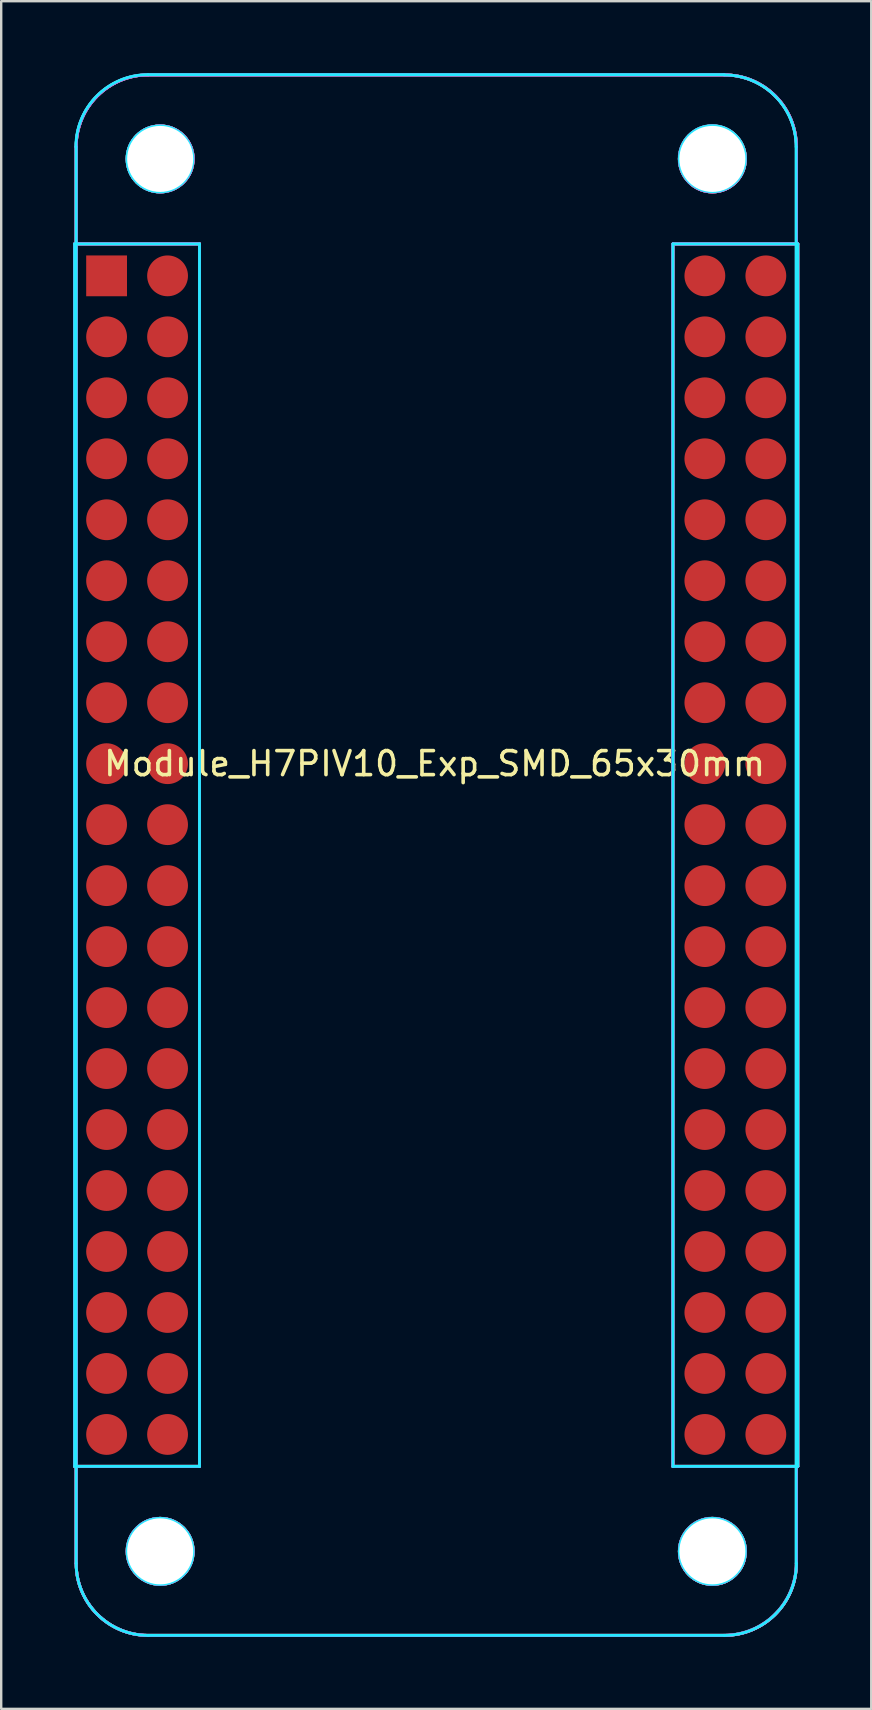
<source format=kicad_pcb>
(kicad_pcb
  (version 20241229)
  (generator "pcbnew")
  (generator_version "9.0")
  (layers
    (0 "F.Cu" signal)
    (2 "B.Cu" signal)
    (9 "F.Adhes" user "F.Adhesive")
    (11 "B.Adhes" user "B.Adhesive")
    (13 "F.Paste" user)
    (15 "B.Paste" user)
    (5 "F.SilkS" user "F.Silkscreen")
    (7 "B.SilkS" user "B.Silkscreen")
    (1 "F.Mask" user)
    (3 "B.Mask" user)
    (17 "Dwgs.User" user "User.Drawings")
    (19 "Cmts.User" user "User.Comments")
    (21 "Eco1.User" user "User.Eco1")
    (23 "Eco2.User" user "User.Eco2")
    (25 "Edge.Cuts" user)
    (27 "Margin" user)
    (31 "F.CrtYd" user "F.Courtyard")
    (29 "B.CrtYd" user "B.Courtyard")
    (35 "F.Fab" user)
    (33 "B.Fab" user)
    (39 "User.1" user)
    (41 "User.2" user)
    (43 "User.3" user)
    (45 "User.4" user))
  (footprint "Module_H7PIV10_Exp_SMD_65x30mm"
    (layer "F.Cu")
    (at 1.39 8.44)
    (property "Reference" "Module_H7PIV10_Exp_SMD_65x30mm" (at 13.662 20.32 0) (layer "F.SilkS") (effects (font (size 1 1) (thickness 0.15))))
    (attr exclude_from_pos_files exclude_from_bom)
    (fp_line (start -1.33 -1.33) (end -1.33 49.59) (stroke (width 0.12) (type solid)) (layer "F.SilkS"))
    (fp_line (start -1.33 -1.33) (end 3.87 -1.33) (stroke (width 0.12) (type solid)) (layer "F.SilkS"))
    (fp_line (start -1.33 49.59) (end 3.87 49.59) (stroke (width 0.12) (type solid)) (layer "F.SilkS"))
    (fp_line (start -1.268 -5.37) (end -1.268 53.63) (stroke (width 0.12) (type solid)) (layer "F.SilkS"))
    (fp_line (start 1.732 56.63) (end 25.733 56.63) (stroke (width 0.12) (type solid)) (layer "F.SilkS"))
    (fp_line (start 3.87 -1.33) (end 3.87 49.59) (stroke (width 0.12) (type solid)) (layer "F.SilkS"))
    (fp_line (start 23.59 -1.33) (end 23.59 49.59) (stroke (width 0.12) (type solid)) (layer "F.SilkS"))
    (fp_line (start 23.59 -1.33) (end 28.79 -1.33) (stroke (width 0.12) (type solid)) (layer "F.SilkS"))
    (fp_line (start 23.59 49.59) (end 28.79 49.59) (stroke (width 0.12) (type solid)) (layer "F.SilkS"))
    (fp_line (start 25.733 -8.37) (end 1.732 -8.37) (stroke (width 0.12) (type solid)) (layer "F.SilkS"))
    (fp_line (start 28.733 -5.37) (end 28.733 53.63) (stroke (width 0.12) (type solid)) (layer "F.SilkS"))
    (fp_line (start 28.79 -1.33) (end 28.79 49.59) (stroke (width 0.12) (type solid)) (layer "F.SilkS"))
    (fp_arc (start -1.2675 -5.37) (mid -0.38882 -7.49132) (end 1.7325 -8.37) (stroke (width 0.12) (type solid)) (layer "F.SilkS"))
    (fp_arc (start 1.7325 56.63) (mid -0.38882 55.75132) (end -1.2675 53.63) (stroke (width 0.12) (type solid)) (layer "F.SilkS"))
    (fp_arc (start 25.7325 -8.37) (mid 27.85382 -7.49132) (end 28.7325 -5.37) (stroke (width 0.12) (type solid)) (layer "F.SilkS"))
    (fp_arc (start 28.7325 53.63) (mid 27.85382 55.75132) (end 25.7325 56.63) (stroke (width 0.12) (type solid)) (layer "F.SilkS"))
    (fp_circle (center 2.232 -4.87) (end 3.607 -4.87) (stroke (width 0.12) (type solid)) (fill no) (layer "F.SilkS"))
    (fp_circle (center 2.232 53.13) (end 3.607 53.13) (stroke (width 0.12) (type solid)) (fill no) (layer "F.SilkS"))
    (fp_circle (center 25.233 -4.87) (end 26.608 -4.87) (stroke (width 0.12) (type solid)) (fill no) (layer "F.SilkS"))
    (fp_circle (center 25.233 53.13) (end 26.608 53.13) (stroke (width 0.12) (type solid)) (fill no) (layer "F.SilkS"))
    (fp_line (start -1.33 -1.33) (end -1.33 49.59) (stroke (width 0.12) (type solid)) (layer "B.SilkS"))
    (fp_line (start -1.33 -1.33) (end 3.87 -1.33) (stroke (width 0.12) (type solid)) (layer "B.SilkS"))
    (fp_line (start -1.268 -5.37) (end -1.268 53.63) (stroke (width 0.12) (type solid)) (layer "B.SilkS"))
    (fp_line (start 1.732 56.63) (end 25.733 56.63) (stroke (width 0.12) (type solid)) (layer "B.SilkS"))
    (fp_line (start 3.87 -1.33) (end 3.87 49.59) (stroke (width 0.12) (type solid)) (layer "B.SilkS"))
    (fp_line (start 3.87 49.59) (end -1.33 49.59) (stroke (width 0.12) (type solid)) (layer "B.SilkS"))
    (fp_line (start 23.59 -1.33) (end 23.59 49.59) (stroke (width 0.12) (type solid)) (layer "B.SilkS"))
    (fp_line (start 23.59 49.59) (end 28.79 49.59) (stroke (width 0.12) (type solid)) (layer "B.SilkS"))
    (fp_line (start 25.733 -8.37) (end 1.732 -8.37) (stroke (width 0.12) (type solid)) (layer "B.SilkS"))
    (fp_line (start 28.733 -5.37) (end 28.733 53.63) (stroke (width 0.12) (type solid)) (layer "B.SilkS"))
    (fp_line (start 28.79 -1.33) (end 23.59 -1.33) (stroke (width 0.12) (type solid)) (layer "B.SilkS"))
    (fp_line (start 28.79 49.59) (end 28.79 -1.33) (stroke (width 0.12) (type solid)) (layer "B.SilkS"))
    (fp_arc (start -1.2675 -5.37) (mid -0.38882 -7.49132) (end 1.7325 -8.37) (stroke (width 0.12) (type solid)) (layer "B.SilkS"))
    (fp_arc (start 1.7325 56.63) (mid -0.38882 55.75132) (end -1.2675 53.63) (stroke (width 0.12) (type solid)) (layer "B.SilkS"))
    (fp_arc (start 25.7325 -8.37) (mid 27.85382 -7.49132) (end 28.7325 -5.37) (stroke (width 0.12) (type solid)) (layer "B.SilkS"))
    (fp_arc (start 28.7325 53.63) (mid 27.85382 55.75132) (end 25.7325 56.63) (stroke (width 0.12) (type solid)) (layer "B.SilkS"))
    (fp_circle (center 2.232 -4.87) (end 3.607 -4.87) (stroke (width 0.12) (type solid)) (fill no) (layer "B.SilkS"))
    (fp_circle (center 2.232 53.13) (end 3.607 53.13) (stroke (width 0.12) (type solid)) (fill no) (layer "B.SilkS"))
    (fp_circle (center 25.233 -4.87) (end 26.608 -4.87) (stroke (width 0.12) (type solid)) (fill no) (layer "B.SilkS"))
    (fp_circle (center 25.233 53.13) (end 26.608 53.13) (stroke (width 0.12) (type solid)) (fill no) (layer "B.SilkS"))
    (fp_line (start -1.33 49.59) (end -1.33 -1.33) (stroke (width 0.12) (type solid)) (layer "B.CrtYd"))
    (fp_line (start -1.33 49.59) (end 3.87 49.59) (stroke (width 0.12) (type solid)) (layer "B.CrtYd"))
    (fp_line (start -1.268 -5.37) (end -1.268 53.63) (stroke (width 0.12) (type solid)) (layer "B.CrtYd"))
    (fp_line (start 1.732 56.63) (end 25.733 56.63) (stroke (width 0.12) (type solid)) (layer "B.CrtYd"))
    (fp_line (start 3.87 -1.33) (end -1.33 -1.33) (stroke (width 0.12) (type solid)) (layer "B.CrtYd"))
    (fp_line (start 3.87 49.59) (end 3.87 -1.33) (stroke (width 0.12) (type solid)) (layer "B.CrtYd"))
    (fp_line (start 23.59 -1.33) (end 23.59 49.59) (stroke (width 0.12) (type solid)) (layer "B.CrtYd"))
    (fp_line (start 23.59 49.59) (end 28.79 49.59) (stroke (width 0.12) (type solid)) (layer "B.CrtYd"))
    (fp_line (start 25.723 -8.38) (end 1.722 -8.38) (stroke (width 0.12) (type solid)) (layer "B.CrtYd"))
    (fp_line (start 28.723 -5.37) (end 28.723 53.63) (stroke (width 0.12) (type solid)) (layer "B.CrtYd"))
    (fp_line (start 28.79 -1.33) (end 23.59 -1.33) (stroke (width 0.12) (type solid)) (layer "B.CrtYd"))
    (fp_line (start 28.79 49.59) (end 28.79 -1.33) (stroke (width 0.12) (type solid)) (layer "B.CrtYd"))
    (fp_arc (start -1.2775 -5.38) (mid -0.39882 -7.50132) (end 1.7225 -8.38) (stroke (width 0.12) (type solid)) (layer "B.CrtYd"))
    (fp_arc (start 1.7325 56.63) (mid -0.38882 55.75132) (end -1.2675 53.63) (stroke (width 0.12) (type solid)) (layer "B.CrtYd"))
    (fp_arc (start 25.7225 -8.37) (mid 27.84382 -7.49132) (end 28.7225 -5.37) (stroke (width 0.12) (type solid)) (layer "B.CrtYd"))
    (fp_arc (start 28.7325 53.63) (mid 27.85382 55.75132) (end 25.7325 56.63) (stroke (width 0.12) (type solid)) (layer "B.CrtYd"))
    (fp_circle (center 2.223 -4.87) (end 3.598 -4.87) (stroke (width 0.12) (type solid)) (fill no) (layer "B.CrtYd"))
    (fp_circle (center 2.232 53.13) (end 3.607 53.13) (stroke (width 0.12) (type solid)) (fill no) (layer "B.CrtYd"))
    (fp_circle (center 25.233 -4.88) (end 26.608 -4.88) (stroke (width 0.12) (type solid)) (fill no) (layer "B.CrtYd"))
    (fp_circle (center 25.233 53.13) (end 26.608 53.13) (stroke (width 0.12) (type solid)) (fill no) (layer "B.CrtYd"))
    (fp_line (start -1.33 -1.33) (end -1.33 49.59) (stroke (width 0.12) (type solid)) (layer "F.CrtYd"))
    (fp_line (start -1.33 -1.33) (end 3.87 -1.33) (stroke (width 0.12) (type solid)) (layer "F.CrtYd"))
    (fp_line (start -1.33 49.59) (end 3.87 49.59) (stroke (width 0.12) (type solid)) (layer "F.CrtYd"))
    (fp_line (start -1.268 -5.37) (end -1.268 53.63) (stroke (width 0.12) (type solid)) (layer "F.CrtYd"))
    (fp_line (start 1.732 56.63) (end 25.733 56.63) (stroke (width 0.12) (type solid)) (layer "F.CrtYd"))
    (fp_line (start 3.87 -1.33) (end 3.87 49.59) (stroke (width 0.12) (type solid)) (layer "F.CrtYd"))
    (fp_line (start 23.59 -1.33) (end 28.79 -1.33) (stroke (width 0.12) (type solid)) (layer "F.CrtYd"))
    (fp_line (start 23.59 49.59) (end 23.59 -1.33) (stroke (width 0.12) (type solid)) (layer "F.CrtYd"))
    (fp_line (start 25.733 -8.37) (end 1.732 -8.37) (stroke (width 0.12) (type solid)) (layer "F.CrtYd"))
    (fp_line (start 28.733 -5.37) (end 28.733 53.63) (stroke (width 0.12) (type solid)) (layer "F.CrtYd"))
    (fp_line (start 28.79 -1.33) (end 28.79 49.59) (stroke (width 0.12) (type solid)) (layer "F.CrtYd"))
    (fp_line (start 28.79 49.59) (end 23.59 49.59) (stroke (width 0.12) (type solid)) (layer "F.CrtYd"))
    (fp_arc (start -1.2675 -5.37) (mid -0.38882 -7.49132) (end 1.7325 -8.37) (stroke (width 0.12) (type solid)) (layer "F.CrtYd"))
    (fp_arc (start 1.7325 56.63) (mid -0.38882 55.75132) (end -1.2675 53.63) (stroke (width 0.12) (type solid)) (layer "F.CrtYd"))
    (fp_arc (start 25.7325 -8.37) (mid 27.85382 -7.49132) (end 28.7325 -5.37) (stroke (width 0.12) (type solid)) (layer "F.CrtYd"))
    (fp_arc (start 28.7325 53.63) (mid 27.85382 55.75132) (end 25.7325 56.63) (stroke (width 0.12) (type solid)) (layer "F.CrtYd"))
    (fp_circle (center 2.232 -4.87) (end 3.607 -4.87) (stroke (width 0.12) (type solid)) (fill no) (layer "F.CrtYd"))
    (fp_circle (center 2.232 53.13) (end 3.607 53.13) (stroke (width 0.12) (type solid)) (fill no) (layer "F.CrtYd"))
    (fp_circle (center 25.233 -4.87) (end 26.608 -4.87) (stroke (width 0.12) (type solid)) (fill no) (layer "F.CrtYd"))
    (fp_circle (center 25.233 53.13) (end 26.608 53.13) (stroke (width 0.12) (type solid)) (fill no) (layer "F.CrtYd"))
    (fp_line (start -1.33 49.59) (end -1.33 -1.33) (stroke (width 0.12) (type solid)) (layer "B.Fab"))
    (fp_line (start -1.33 49.59) (end 3.87 49.59) (stroke (width 0.12) (type solid)) (layer "B.Fab"))
    (fp_line (start -1.268 -5.37) (end -1.268 53.63) (stroke (width 0.12) (type solid)) (layer "B.Fab"))
    (fp_line (start 1.732 56.63) (end 25.733 56.63) (stroke (width 0.12) (type solid)) (layer "B.Fab"))
    (fp_line (start 3.87 -1.33) (end -1.33 -1.33) (stroke (width 0.12) (type solid)) (layer "B.Fab"))
    (fp_line (start 3.87 49.59) (end 3.87 -1.33) (stroke (width 0.12) (type solid)) (layer "B.Fab"))
    (fp_line (start 23.59 -1.33) (end 23.59 49.59) (stroke (width 0.12) (type solid)) (layer "B.Fab"))
    (fp_line (start 23.59 49.59) (end 28.79 49.59) (stroke (width 0.12) (type solid)) (layer "B.Fab"))
    (fp_line (start 25.733 -8.37) (end 1.732 -8.37) (stroke (width 0.12) (type solid)) (layer "B.Fab"))
    (fp_line (start 28.733 -5.37) (end 28.733 53.63) (stroke (width 0.12) (type solid)) (layer "B.Fab"))
    (fp_line (start 28.79 -1.33) (end 23.59 -1.33) (stroke (width 0.12) (type solid)) (layer "B.Fab"))
    (fp_line (start 28.79 49.59) (end 28.79 -1.33) (stroke (width 0.12) (type solid)) (layer "B.Fab"))
    (fp_arc (start -1.2675 -5.38) (mid -0.38882 -7.50132) (end 1.7325 -8.38) (stroke (width 0.12) (type solid)) (layer "B.Fab"))
    (fp_arc (start 1.7325 56.63) (mid -0.38882 55.75132) (end -1.2675 53.63) (stroke (width 0.12) (type solid)) (layer "B.Fab"))
    (fp_arc (start 25.7325 -8.37) (mid 27.85382 -7.49132) (end 28.7325 -5.37) (stroke (width 0.12) (type solid)) (layer "B.Fab"))
    (fp_arc (start 28.7225 53.62) (mid 27.84382 55.74132) (end 25.7225 56.62) (stroke (width 0.12) (type solid)) (layer "B.Fab"))
    (fp_circle (center 2.223 53.125) (end 3.598 53.125) (stroke (width 0.12) (type solid)) (fill no) (layer "B.Fab"))
    (fp_circle (center 2.232 -4.87) (end 3.607 -4.87) (stroke (width 0.12) (type solid)) (fill no) (layer "B.Fab"))
    (fp_circle (center 25.223 -4.88) (end 26.598 -4.88) (stroke (width 0.12) (type solid)) (fill no) (layer "B.Fab"))
    (fp_circle (center 25.227 53.12) (end 26.602 53.12) (stroke (width 0.12) (type solid)) (fill no) (layer "B.Fab"))
    (fp_line (start -1.33 -1.33) (end -1.33 49.59) (stroke (width 0.12) (type solid)) (layer "F.Fab"))
    (fp_line (start -1.33 -1.33) (end 3.87 -1.33) (stroke (width 0.12) (type solid)) (layer "F.Fab"))
    (fp_line (start -1.33 49.59) (end 3.87 49.59) (stroke (width 0.12) (type solid)) (layer "F.Fab"))
    (fp_line (start -1.268 -5.37) (end -1.268 53.63) (stroke (width 0.12) (type solid)) (layer "F.Fab"))
    (fp_line (start 1.732 56.63) (end 25.733 56.63) (stroke (width 0.12) (type solid)) (layer "F.Fab"))
    (fp_line (start 3.87 -1.33) (end 3.87 49.59) (stroke (width 0.12) (type solid)) (layer "F.Fab"))
    (fp_line (start 23.59 -1.33) (end 28.79 -1.33) (stroke (width 0.12) (type solid)) (layer "F.Fab"))
    (fp_line (start 23.59 49.59) (end 23.59 -1.32) (stroke (width 0.12) (type solid)) (layer "F.Fab"))
    (fp_line (start 25.733 -8.37) (end 1.732 -8.37) (stroke (width 0.12) (type solid)) (layer "F.Fab"))
    (fp_line (start 28.733 -5.37) (end 28.733 53.63) (stroke (width 0.12) (type solid)) (layer "F.Fab"))
    (fp_line (start 28.79 -1.33) (end 28.79 49.59) (stroke (width 0.12) (type solid)) (layer "F.Fab"))
    (fp_line (start 28.79 49.59) (end 23.59 49.59) (stroke (width 0.12) (type solid)) (layer "F.Fab"))
    (fp_arc (start -1.2675 -5.37) (mid -0.38882 -7.49132) (end 1.7325 -8.37) (stroke (width 0.12) (type solid)) (layer "F.Fab"))
    (fp_arc (start 1.7325 56.63) (mid -0.38882 55.75132) (end -1.2675 53.63) (stroke (width 0.12) (type solid)) (layer "F.Fab"))
    (fp_arc (start 25.7325 -8.37) (mid 27.85382 -7.49132) (end 28.7325 -5.37) (stroke (width 0.12) (type solid)) (layer "F.Fab"))
    (fp_arc (start 28.7325 53.63) (mid 27.85382 55.75132) (end 25.7325 56.63) (stroke (width 0.12) (type solid)) (layer "F.Fab"))
    (fp_circle (center 2.232 -4.87) (end 3.607 -4.87) (stroke (width 0.12) (type solid)) (fill no) (layer "F.Fab"))
    (fp_circle (center 2.232 53.13) (end 3.607 53.13) (stroke (width 0.12) (type solid)) (fill no) (layer "F.Fab"))
    (fp_circle (center 25.233 -4.87) (end 26.608 -4.87) (stroke (width 0.12) (type solid)) (fill no) (layer "F.Fab"))
    (fp_circle (center 25.233 53.13) (end 26.608 53.13) (stroke (width 0.12) (type solid)) (fill no) (layer "F.Fab"))
    (pad "" np_thru_hole circle (at 2.232 -4.87) (size 2.75 2.75) (drill 2.75) (layers "*.Cu" "*.Mask"))
    (pad "" np_thru_hole circle (at 2.232 53.13) (size 2.75 2.75) (drill 2.75) (layers "*.Cu" "*.Mask"))
    (pad "" np_thru_hole circle (at 25.233 -4.87) (size 2.75 2.75) (drill 2.75) (layers "*.Cu" "*.Mask"))
    (pad "" np_thru_hole circle (at 25.233 53.13) (size 2.75 2.75) (drill 2.75) (layers "*.Cu" "*.Mask"))
    (pad "1" smd rect (at 0 0) (size 1.7 1.7) (layers "F.Cu" "F.Mask" "F.Paste"))
    (pad "2" smd circle (at 2.54 0) (size 1.7 1.7) (layers "F.Cu" "F.Mask" "F.Paste"))
    (pad "3" smd circle (at 0 2.54) (size 1.7 1.7) (layers "F.Cu" "F.Mask" "F.Paste"))
    (pad "4" smd circle (at 2.54 2.54) (size 1.7 1.7) (layers "F.Cu" "F.Mask" "F.Paste"))
    (pad "5" smd circle (at 0 5.08) (size 1.7 1.7) (layers "F.Cu" "F.Mask" "F.Paste"))
    (pad "6" smd circle (at 2.54 5.08) (size 1.7 1.7) (layers "F.Cu" "F.Mask" "F.Paste"))
    (pad "7" smd circle (at 0 7.62) (size 1.7 1.7) (layers "F.Cu" "F.Mask" "F.Paste"))
    (pad "8" smd circle (at 2.54 7.62) (size 1.7 1.7) (layers "F.Cu" "F.Mask" "F.Paste"))
    (pad "9" smd circle (at 0 10.16) (size 1.7 1.7) (layers "F.Cu" "F.Mask" "F.Paste"))
    (pad "10" smd circle (at 2.54 10.16) (size 1.7 1.7) (layers "F.Cu" "F.Mask" "F.Paste"))
    (pad "11" smd circle (at 0 12.7) (size 1.7 1.7) (layers "F.Cu" "F.Mask" "F.Paste"))
    (pad "12" smd circle (at 2.54 12.7) (size 1.7 1.7) (layers "F.Cu" "F.Mask" "F.Paste"))
    (pad "13" smd circle (at 0 15.24) (size 1.7 1.7) (layers "F.Cu" "F.Mask" "F.Paste"))
    (pad "14" smd circle (at 2.54 15.24) (size 1.7 1.7) (layers "F.Cu" "F.Mask" "F.Paste"))
    (pad "15" smd circle (at 0 17.78) (size 1.7 1.7) (layers "F.Cu" "F.Mask" "F.Paste"))
    (pad "16" smd circle (at 2.54 17.78) (size 1.7 1.7) (layers "F.Cu" "F.Mask" "F.Paste"))
    (pad "17" smd circle (at 0 20.32) (size 1.7 1.7) (layers "F.Cu" "F.Mask" "F.Paste"))
    (pad "18" smd circle (at 2.54 20.32) (size 1.7 1.7) (layers "F.Cu" "F.Mask" "F.Paste"))
    (pad "19" smd circle (at 0 22.86) (size 1.7 1.7) (layers "F.Cu" "F.Mask" "F.Paste"))
    (pad "20" smd circle (at 2.54 22.86) (size 1.7 1.7) (layers "F.Cu" "F.Mask" "F.Paste"))
    (pad "21" smd circle (at 0 25.4) (size 1.7 1.7) (layers "F.Cu" "F.Mask" "F.Paste"))
    (pad "22" smd circle (at 2.54 25.4) (size 1.7 1.7) (layers "F.Cu" "F.Mask" "F.Paste"))
    (pad "23" smd circle (at 0 27.94) (size 1.7 1.7) (layers "F.Cu" "F.Mask" "F.Paste"))
    (pad "24" smd circle (at 2.54 27.94) (size 1.7 1.7) (layers "F.Cu" "F.Mask" "F.Paste"))
    (pad "25" smd circle (at 0 30.48) (size 1.7 1.7) (layers "F.Cu" "F.Mask" "F.Paste"))
    (pad "26" smd circle (at 2.54 30.48) (size 1.7 1.7) (layers "F.Cu" "F.Mask" "F.Paste"))
    (pad "27" smd circle (at 0 33.02) (size 1.7 1.7) (layers "F.Cu" "F.Mask" "F.Paste"))
    (pad "28" smd circle (at 2.54 33.02) (size 1.7 1.7) (layers "F.Cu" "F.Mask" "F.Paste"))
    (pad "29" smd circle (at 0 35.56) (size 1.7 1.7) (layers "F.Cu" "F.Mask" "F.Paste"))
    (pad "30" smd circle (at 2.54 35.56) (size 1.7 1.7) (layers "F.Cu" "F.Mask" "F.Paste"))
    (pad "31" smd circle (at 0 38.1) (size 1.7 1.7) (layers "F.Cu" "F.Mask" "F.Paste"))
    (pad "32" smd circle (at 2.54 38.1) (size 1.7 1.7) (layers "F.Cu" "F.Mask" "F.Paste"))
    (pad "33" smd circle (at 0 40.64) (size 1.7 1.7) (layers "F.Cu" "F.Mask" "F.Paste"))
    (pad "34" smd circle (at 2.54 40.64) (size 1.7 1.7) (layers "F.Cu" "F.Mask" "F.Paste"))
    (pad "35" smd circle (at 0 43.18) (size 1.7 1.7) (layers "F.Cu" "F.Mask" "F.Paste"))
    (pad "36" smd circle (at 2.54 43.18) (size 1.7 1.7) (layers "F.Cu" "F.Mask" "F.Paste"))
    (pad "37" smd circle (at 0 45.72) (size 1.7 1.7) (layers "F.Cu" "F.Mask" "F.Paste"))
    (pad "38" smd circle (at 2.54 45.72) (size 1.7 1.7) (layers "F.Cu" "F.Mask" "F.Paste"))
    (pad "39" smd circle (at 0 48.26) (size 1.7 1.7) (layers "F.Cu" "F.Mask" "F.Paste"))
    (pad "40" smd circle (at 2.54 48.26) (size 1.7 1.7) (layers "F.Cu" "F.Mask" "F.Paste"))
    (pad "41" smd circle (at 24.92 48.26) (size 1.7 1.7) (layers "F.Cu" "F.Mask" "F.Paste"))
    (pad "42" smd circle (at 27.46 48.26) (size 1.7 1.7) (layers "F.Cu" "F.Mask" "F.Paste"))
    (pad "43" smd circle (at 24.92 45.72) (size 1.7 1.7) (layers "F.Cu" "F.Mask" "F.Paste"))
    (pad "44" smd circle (at 27.46 45.72) (size 1.7 1.7) (layers "F.Cu" "F.Mask" "F.Paste"))
    (pad "45" smd circle (at 24.92 43.18) (size 1.7 1.7) (layers "F.Cu" "F.Mask" "F.Paste"))
    (pad "46" smd circle (at 27.46 43.18) (size 1.7 1.7) (layers "F.Cu" "F.Mask" "F.Paste"))
    (pad "47" smd circle (at 24.92 40.64) (size 1.7 1.7) (layers "F.Cu" "F.Mask" "F.Paste"))
    (pad "48" smd circle (at 27.46 40.64) (size 1.7 1.7) (layers "F.Cu" "F.Mask" "F.Paste"))
    (pad "49" smd circle (at 24.92 38.1) (size 1.7 1.7) (layers "F.Cu" "F.Mask" "F.Paste"))
    (pad "50" smd circle (at 27.46 38.1) (size 1.7 1.7) (layers "F.Cu" "F.Mask" "F.Paste"))
    (pad "51" smd circle (at 24.92 35.56) (size 1.7 1.7) (layers "F.Cu" "F.Mask" "F.Paste"))
    (pad "52" smd circle (at 27.46 35.56) (size 1.7 1.7) (layers "F.Cu" "F.Mask" "F.Paste"))
    (pad "53" smd circle (at 24.92 33.02) (size 1.7 1.7) (layers "F.Cu" "F.Mask" "F.Paste"))
    (pad "54" smd circle (at 27.46 33.02) (size 1.7 1.7) (layers "F.Cu" "F.Mask" "F.Paste"))
    (pad "55" smd circle (at 24.92 30.48) (size 1.7 1.7) (layers "F.Cu" "F.Mask" "F.Paste"))
    (pad "56" smd circle (at 27.46 30.48) (size 1.7 1.7) (layers "F.Cu" "F.Mask" "F.Paste"))
    (pad "57" smd circle (at 24.92 27.94) (size 1.7 1.7) (layers "F.Cu" "F.Mask" "F.Paste"))
    (pad "58" smd circle (at 27.46 27.94) (size 1.7 1.7) (layers "F.Cu" "F.Mask" "F.Paste"))
    (pad "59" smd circle (at 24.92 25.4) (size 1.7 1.7) (layers "F.Cu" "F.Mask" "F.Paste"))
    (pad "60" smd circle (at 27.46 25.4) (size 1.7 1.7) (layers "F.Cu" "F.Mask" "F.Paste"))
    (pad "61" smd circle (at 24.92 22.86) (size 1.7 1.7) (layers "F.Cu" "F.Mask" "F.Paste"))
    (pad "62" smd circle (at 27.46 22.86) (size 1.7 1.7) (layers "F.Cu" "F.Mask" "F.Paste"))
    (pad "63" smd circle (at 24.92 20.32) (size 1.7 1.7) (layers "F.Cu" "F.Mask" "F.Paste"))
    (pad "64" smd circle (at 27.46 20.32) (size 1.7 1.7) (layers "F.Cu" "F.Mask" "F.Paste"))
    (pad "65" smd circle (at 24.92 17.78) (size 1.7 1.7) (layers "F.Cu" "F.Mask" "F.Paste"))
    (pad "66" smd circle (at 27.46 17.78) (size 1.7 1.7) (layers "F.Cu" "F.Mask" "F.Paste"))
    (pad "67" smd circle (at 24.92 15.24) (size 1.7 1.7) (layers "F.Cu" "F.Mask" "F.Paste"))
    (pad "68" smd circle (at 27.46 15.24) (size 1.7 1.7) (layers "F.Cu" "F.Mask" "F.Paste"))
    (pad "69" smd circle (at 24.92 12.7) (size 1.7 1.7) (layers "F.Cu" "F.Mask" "F.Paste"))
    (pad "70" smd circle (at 27.46 12.7) (size 1.7 1.7) (layers "F.Cu" "F.Mask" "F.Paste"))
    (pad "71" smd circle (at 24.92 10.16) (size 1.7 1.7) (layers "F.Cu" "F.Mask" "F.Paste"))
    (pad "72" smd circle (at 27.46 10.16) (size 1.7 1.7) (layers "F.Cu" "F.Mask" "F.Paste"))
    (pad "73" smd circle (at 24.92 7.62) (size 1.7 1.7) (layers "F.Cu" "F.Mask" "F.Paste"))
    (pad "74" smd circle (at 27.46 7.62) (size 1.7 1.7) (layers "F.Cu" "F.Mask" "F.Paste"))
    (pad "75" smd circle (at 24.92 5.08) (size 1.7 1.7) (layers "F.Cu" "F.Mask" "F.Paste"))
    (pad "76" smd circle (at 27.46 5.08) (size 1.7 1.7) (layers "F.Cu" "F.Mask" "F.Paste"))
    (pad "77" smd circle (at 24.92 2.54) (size 1.7 1.7) (layers "F.Cu" "F.Mask" "F.Paste"))
    (pad "78" smd circle (at 27.46 2.54) (size 1.7 1.7) (layers "F.Cu" "F.Mask" "F.Paste"))
    (pad "79" smd circle (at 24.92 0) (size 1.7 1.7) (layers "F.Cu" "F.Mask" "F.Paste"))
    (pad "80" smd circle (at 27.46 0) (size 1.7 1.7) (layers "F.Cu" "F.Mask" "F.Paste")))
  (gr_rect
    (start -3 -3)
    (end 33.24 68.13)
    (stroke (width 0.1) (type default))
    (fill no)
    (layer "Edge.Cuts")))
</source>
